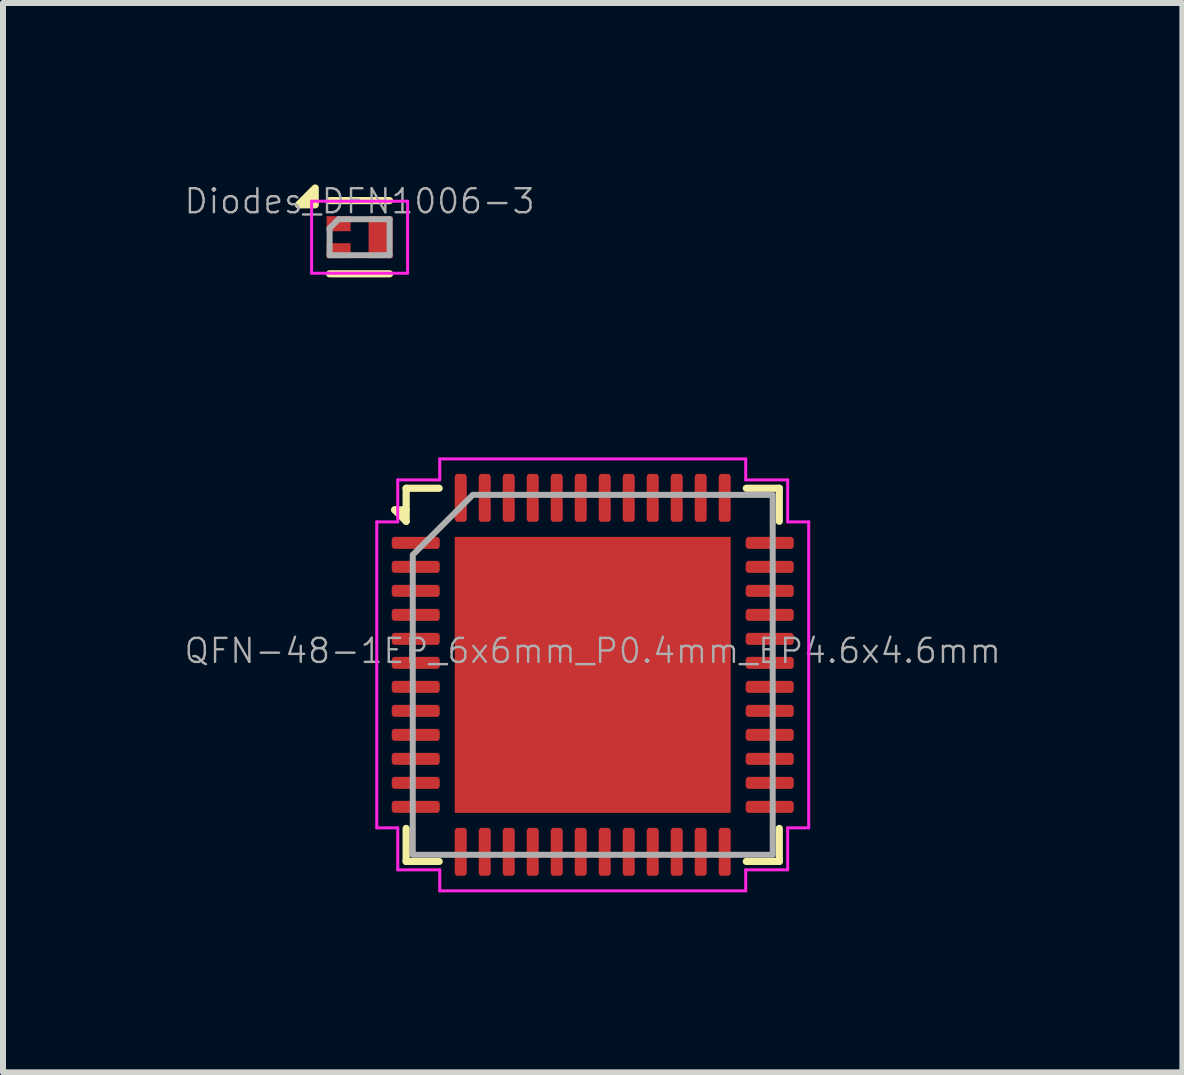
<source format=kicad_pcb>
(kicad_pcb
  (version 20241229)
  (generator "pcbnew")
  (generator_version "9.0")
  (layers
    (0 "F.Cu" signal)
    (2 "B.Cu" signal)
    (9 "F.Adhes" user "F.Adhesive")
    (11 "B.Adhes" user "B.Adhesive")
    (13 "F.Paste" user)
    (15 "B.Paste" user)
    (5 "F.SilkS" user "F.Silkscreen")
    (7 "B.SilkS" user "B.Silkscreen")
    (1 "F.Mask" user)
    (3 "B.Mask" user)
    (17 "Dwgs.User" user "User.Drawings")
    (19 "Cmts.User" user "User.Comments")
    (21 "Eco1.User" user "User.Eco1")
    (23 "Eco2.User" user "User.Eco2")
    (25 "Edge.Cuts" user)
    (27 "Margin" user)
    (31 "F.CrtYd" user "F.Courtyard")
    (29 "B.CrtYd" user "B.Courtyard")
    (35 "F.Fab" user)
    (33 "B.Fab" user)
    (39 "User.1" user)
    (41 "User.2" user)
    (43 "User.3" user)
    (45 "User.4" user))
  (footprint "Diodes_DFN1006-3"
    (layer "F.Cu")
    (at 2.944 0.904)
    (property "Reference" "Diodes_DFN1006-3" (at 0 -0.6 0) (layer "F.Fab") (effects (font (size 0.4 0.4) (thickness 0.04))))
    (attr smd)
    (fp_line (start -0.5 -0.61) (end 0.5 -0.61) (stroke (width 0.12) (type default)) (layer "F.SilkS"))
    (fp_line (start -0.5 0.61) (end 0.5 0.61) (stroke (width 0.12) (type default)) (layer "F.SilkS"))
    (fp_poly (pts (xy -0.74 -0.54) (xy -1.02 -0.54) (xy -0.74 -0.82) (xy -0.74 -0.54)) (stroke (width 0.12) (type solid)) (fill yes) (layer "F.SilkS"))
    (fp_line (start -0.8 -0.6) (end 0.8 -0.6) (stroke (width 0.05) (type solid)) (layer "F.CrtYd"))
    (fp_line (start -0.8 0.6) (end -0.8 -0.6) (stroke (width 0.05) (type solid)) (layer "F.CrtYd"))
    (fp_line (start 0.8 -0.6) (end 0.8 0.6) (stroke (width 0.05) (type solid)) (layer "F.CrtYd"))
    (fp_line (start 0.8 0.6) (end -0.8 0.6) (stroke (width 0.05) (type solid)) (layer "F.CrtYd"))
    (fp_line (start -0.5 0.3) (end -0.5 -0.15) (stroke (width 0.1) (type solid)) (layer "F.Fab"))
    (fp_line (start -0.35 -0.3) (end -0.5 -0.15) (stroke (width 0.1) (type solid)) (layer "F.Fab"))
    (fp_line (start -0.35 -0.3) (end 0.5 -0.3) (stroke (width 0.1) (type solid)) (layer "F.Fab"))
    (fp_line (start 0.5 -0.3) (end 0.5 0.3) (stroke (width 0.1) (type solid)) (layer "F.Fab"))
    (fp_line (start 0.5 0.3) (end -0.5 0.3) (stroke (width 0.1) (type solid)) (layer "F.Fab"))
    (pad "1" smd rect (at -0.35 -0.225 270) (size 0.25 0.4) (layers "F.Cu" "F.Mask" "F.Paste"))
    (pad "2" smd rect (at -0.35 0.225 270) (size 0.25 0.4) (layers "F.Cu" "F.Mask" "F.Paste"))
    (pad "3" smd rect (at 0.35 0 270) (size 0.7 0.4) (layers "F.Cu" "F.Mask" "F.Paste")))
  (footprint "QFN-48-1EP_6x6mm_P0.4mm_EP4.6x4.6mm"
    (layer "F.Cu")
    (at 6.83 8.199)
    (property "Reference" "QFN-48-1EP_6x6mm_P0.4mm_EP4.6x4.6mm" (at 0 -0.4 0) (layer "F.Fab") (effects (font (size 0.4 0.4) (thickness 0.04))))
    (attr smd)
    (fp_line (start -3.11 -3.11) (end -2.56 -3.11) (stroke (width 0.12) (type solid)) (layer "F.SilkS"))
    (fp_line (start -3.11 -2.75) (end -3.3 -2.75) (stroke (width 0.12) (type solid)) (layer "F.SilkS"))
    (fp_line (start -3.11 -2.56) (end -3.3 -2.75) (stroke (width 0.12) (type solid)) (layer "F.SilkS"))
    (fp_line (start -3.11 -2.56) (end -3.11 -3.11) (stroke (width 0.12) (type solid)) (layer "F.SilkS"))
    (fp_line (start -3.11 3.11) (end -3.11 2.56) (stroke (width 0.12) (type solid)) (layer "F.SilkS"))
    (fp_line (start -2.56 3.11) (end -3.11 3.11) (stroke (width 0.12) (type solid)) (layer "F.SilkS"))
    (fp_line (start 2.56 -3.11) (end 3.11 -3.11) (stroke (width 0.12) (type solid)) (layer "F.SilkS"))
    (fp_line (start 3.11 -3.11) (end 3.11 -2.56) (stroke (width 0.12) (type solid)) (layer "F.SilkS"))
    (fp_line (start 3.11 2.56) (end 3.11 3.11) (stroke (width 0.12) (type solid)) (layer "F.SilkS"))
    (fp_line (start 3.11 3.11) (end 2.56 3.11) (stroke (width 0.12) (type solid)) (layer "F.SilkS"))
    (fp_line (start -3.6 -2.55) (end -3.25 -2.55) (stroke (width 0.05) (type solid)) (layer "F.CrtYd"))
    (fp_line (start -3.6 2.55) (end -3.6 -2.55) (stroke (width 0.05) (type solid)) (layer "F.CrtYd"))
    (fp_line (start -3.25 -3.25) (end -2.55 -3.25) (stroke (width 0.05) (type solid)) (layer "F.CrtYd"))
    (fp_line (start -3.25 -2.55) (end -3.25 -3.25) (stroke (width 0.05) (type solid)) (layer "F.CrtYd"))
    (fp_line (start -3.25 2.55) (end -3.6 2.55) (stroke (width 0.05) (type solid)) (layer "F.CrtYd"))
    (fp_line (start -3.25 3.25) (end -3.25 2.55) (stroke (width 0.05) (type solid)) (layer "F.CrtYd"))
    (fp_line (start -2.55 -3.6) (end 2.55 -3.6) (stroke (width 0.05) (type solid)) (layer "F.CrtYd"))
    (fp_line (start -2.55 -3.25) (end -2.55 -3.6) (stroke (width 0.05) (type solid)) (layer "F.CrtYd"))
    (fp_line (start -2.55 3.25) (end -3.25 3.25) (stroke (width 0.05) (type solid)) (layer "F.CrtYd"))
    (fp_line (start -2.55 3.6) (end -2.55 3.25) (stroke (width 0.05) (type solid)) (layer "F.CrtYd"))
    (fp_line (start 2.55 -3.6) (end 2.55 -3.25) (stroke (width 0.05) (type solid)) (layer "F.CrtYd"))
    (fp_line (start 2.55 -3.25) (end 3.25 -3.25) (stroke (width 0.05) (type solid)) (layer "F.CrtYd"))
    (fp_line (start 2.55 3.25) (end 2.55 3.6) (stroke (width 0.05) (type solid)) (layer "F.CrtYd"))
    (fp_line (start 2.55 3.6) (end -2.55 3.6) (stroke (width 0.05) (type solid)) (layer "F.CrtYd"))
    (fp_line (start 3.25 -3.25) (end 3.25 -2.55) (stroke (width 0.05) (type solid)) (layer "F.CrtYd"))
    (fp_line (start 3.25 -2.55) (end 3.6 -2.55) (stroke (width 0.05) (type solid)) (layer "F.CrtYd"))
    (fp_line (start 3.25 2.55) (end 3.25 3.25) (stroke (width 0.05) (type solid)) (layer "F.CrtYd"))
    (fp_line (start 3.25 3.25) (end 2.55 3.25) (stroke (width 0.05) (type solid)) (layer "F.CrtYd"))
    (fp_line (start 3.6 -2.55) (end 3.6 2.55) (stroke (width 0.05) (type solid)) (layer "F.CrtYd"))
    (fp_line (start 3.6 2.55) (end 3.25 2.55) (stroke (width 0.05) (type solid)) (layer "F.CrtYd"))
    (fp_poly (pts (xy -3 -2) (xy -3 3) (xy 3 3) (xy 3 -3) (xy -2 -3)) (stroke (width 0.1) (type solid)) (fill no) (layer "F.Fab"))
    (pad "" smd roundrect (at -1.53 -1.53) (size 1.24 1.24) (layers "F.Paste") (roundrect_rratio 0.202))
    (pad "" smd roundrect (at -1.53 1.53) (size 1.24 1.24) (layers "F.Paste") (roundrect_rratio 0.202))
    (pad "" smd roundrect (at -1.53 0) (size 1.24 1.24) (layers "F.Paste") (roundrect_rratio 0.202))
    (pad "" smd roundrect (at 0 -1.53) (size 1.24 1.24) (layers "F.Paste") (roundrect_rratio 0.202))
    (pad "" smd roundrect (at 0 0) (size 1.24 1.24) (layers "F.Paste") (roundrect_rratio 0.202))
    (pad "" smd roundrect (at 0 1.53) (size 1.24 1.24) (layers "F.Paste") (roundrect_rratio 0.202))
    (pad "" smd roundrect (at 1.53 0) (size 1.24 1.24) (layers "F.Paste") (roundrect_rratio 0.202))
    (pad "" smd roundrect (at 1.53 -1.53) (size 1.24 1.24) (layers "F.Paste") (roundrect_rratio 0.202))
    (pad "" smd roundrect (at 1.53 1.53) (size 1.24 1.24) (layers "F.Paste") (roundrect_rratio 0.202))
    (pad "1" smd roundrect (at -2.95 -2.2) (size 0.8 0.2) (layers "F.Cu" "F.Mask" "F.Paste") (roundrect_rratio 0.25))
    (pad "2" smd roundrect (at -2.95 -1.8) (size 0.8 0.2) (layers "F.Cu" "F.Mask" "F.Paste") (roundrect_rratio 0.25))
    (pad "3" smd roundrect (at -2.95 -1.4) (size 0.8 0.2) (layers "F.Cu" "F.Mask" "F.Paste") (roundrect_rratio 0.25))
    (pad "4" smd roundrect (at -2.95 -1) (size 0.8 0.2) (layers "F.Cu" "F.Mask" "F.Paste") (roundrect_rratio 0.25))
    (pad "5" smd roundrect (at -2.95 -0.6) (size 0.8 0.2) (layers "F.Cu" "F.Mask" "F.Paste") (roundrect_rratio 0.25))
    (pad "6" smd roundrect (at -2.95 -0.2) (size 0.8 0.2) (layers "F.Cu" "F.Mask" "F.Paste") (roundrect_rratio 0.25))
    (pad "7" smd roundrect (at -2.95 0.2) (size 0.8 0.2) (layers "F.Cu" "F.Mask" "F.Paste") (roundrect_rratio 0.25))
    (pad "8" smd roundrect (at -2.95 0.6) (size 0.8 0.2) (layers "F.Cu" "F.Mask" "F.Paste") (roundrect_rratio 0.25))
    (pad "9" smd roundrect (at -2.95 1) (size 0.8 0.2) (layers "F.Cu" "F.Mask" "F.Paste") (roundrect_rratio 0.25))
    (pad "10" smd roundrect (at -2.95 1.4) (size 0.8 0.2) (layers "F.Cu" "F.Mask" "F.Paste") (roundrect_rratio 0.25))
    (pad "11" smd roundrect (at -2.95 1.8) (size 0.8 0.2) (layers "F.Cu" "F.Mask" "F.Paste") (roundrect_rratio 0.25))
    (pad "12" smd roundrect (at -2.95 2.2) (size 0.8 0.2) (layers "F.Cu" "F.Mask" "F.Paste") (roundrect_rratio 0.25))
    (pad "13" smd roundrect (at -2.2 2.95) (size 0.2 0.8) (layers "F.Cu" "F.Mask" "F.Paste") (roundrect_rratio 0.25))
    (pad "14" smd roundrect (at -1.8 2.95) (size 0.2 0.8) (layers "F.Cu" "F.Mask" "F.Paste") (roundrect_rratio 0.25))
    (pad "15" smd roundrect (at -1.4 2.95) (size 0.2 0.8) (layers "F.Cu" "F.Mask" "F.Paste") (roundrect_rratio 0.25))
    (pad "16" smd roundrect (at -1 2.95) (size 0.2 0.8) (layers "F.Cu" "F.Mask" "F.Paste") (roundrect_rratio 0.25))
    (pad "17" smd roundrect (at -0.6 2.95) (size 0.2 0.8) (layers "F.Cu" "F.Mask" "F.Paste") (roundrect_rratio 0.25))
    (pad "18" smd roundrect (at -0.2 2.95) (size 0.2 0.8) (layers "F.Cu" "F.Mask" "F.Paste") (roundrect_rratio 0.25))
    (pad "19" smd roundrect (at 0.2 2.95) (size 0.2 0.8) (layers "F.Cu" "F.Mask" "F.Paste") (roundrect_rratio 0.25))
    (pad "20" smd roundrect (at 0.6 2.95) (size 0.2 0.8) (layers "F.Cu" "F.Mask" "F.Paste") (roundrect_rratio 0.25))
    (pad "21" smd roundrect (at 1 2.95) (size 0.2 0.8) (layers "F.Cu" "F.Mask" "F.Paste") (roundrect_rratio 0.25))
    (pad "22" smd roundrect (at 1.4 2.95) (size 0.2 0.8) (layers "F.Cu" "F.Mask" "F.Paste") (roundrect_rratio 0.25))
    (pad "23" smd roundrect (at 1.8 2.95) (size 0.2 0.8) (layers "F.Cu" "F.Mask" "F.Paste") (roundrect_rratio 0.25))
    (pad "24" smd roundrect (at 2.2 2.95) (size 0.2 0.8) (layers "F.Cu" "F.Mask" "F.Paste") (roundrect_rratio 0.25))
    (pad "25" smd roundrect (at 2.95 2.2) (size 0.8 0.2) (layers "F.Cu" "F.Mask" "F.Paste") (roundrect_rratio 0.25))
    (pad "26" smd roundrect (at 2.95 1.8) (size 0.8 0.2) (layers "F.Cu" "F.Mask" "F.Paste") (roundrect_rratio 0.25))
    (pad "27" smd roundrect (at 2.95 1.4) (size 0.8 0.2) (layers "F.Cu" "F.Mask" "F.Paste") (roundrect_rratio 0.25))
    (pad "28" smd roundrect (at 2.95 1) (size 0.8 0.2) (layers "F.Cu" "F.Mask" "F.Paste") (roundrect_rratio 0.25))
    (pad "29" smd roundrect (at 2.95 0.6) (size 0.8 0.2) (layers "F.Cu" "F.Mask" "F.Paste") (roundrect_rratio 0.25))
    (pad "30" smd roundrect (at 2.95 0.2) (size 0.8 0.2) (layers "F.Cu" "F.Mask" "F.Paste") (roundrect_rratio 0.25))
    (pad "31" smd roundrect (at 2.95 -0.2) (size 0.8 0.2) (layers "F.Cu" "F.Mask" "F.Paste") (roundrect_rratio 0.25))
    (pad "32" smd roundrect (at 2.95 -0.6) (size 0.8 0.2) (layers "F.Cu" "F.Mask" "F.Paste") (roundrect_rratio 0.25))
    (pad "33" smd roundrect (at 2.95 -1) (size 0.8 0.2) (layers "F.Cu" "F.Mask" "F.Paste") (roundrect_rratio 0.25))
    (pad "34" smd roundrect (at 2.95 -1.4) (size 0.8 0.2) (layers "F.Cu" "F.Mask" "F.Paste") (roundrect_rratio 0.25))
    (pad "35" smd roundrect (at 2.95 -1.8) (size 0.8 0.2) (layers "F.Cu" "F.Mask" "F.Paste") (roundrect_rratio 0.25))
    (pad "36" smd roundrect (at 2.95 -2.2) (size 0.8 0.2) (layers "F.Cu" "F.Mask" "F.Paste") (roundrect_rratio 0.25))
    (pad "37" smd roundrect (at 2.2 -2.95) (size 0.2 0.8) (layers "F.Cu" "F.Mask" "F.Paste") (roundrect_rratio 0.25))
    (pad "38" smd roundrect (at 1.8 -2.95) (size 0.2 0.8) (layers "F.Cu" "F.Mask" "F.Paste") (roundrect_rratio 0.25))
    (pad "39" smd roundrect (at 1.4 -2.95) (size 0.2 0.8) (layers "F.Cu" "F.Mask" "F.Paste") (roundrect_rratio 0.25))
    (pad "40" smd roundrect (at 1 -2.95) (size 0.2 0.8) (layers "F.Cu" "F.Mask" "F.Paste") (roundrect_rratio 0.25))
    (pad "41" smd roundrect (at 0.6 -2.95) (size 0.2 0.8) (layers "F.Cu" "F.Mask" "F.Paste") (roundrect_rratio 0.25))
    (pad "42" smd roundrect (at 0.2 -2.95) (size 0.2 0.8) (layers "F.Cu" "F.Mask" "F.Paste") (roundrect_rratio 0.25))
    (pad "43" smd roundrect (at -0.2 -2.95) (size 0.2 0.8) (layers "F.Cu" "F.Mask" "F.Paste") (roundrect_rratio 0.25))
    (pad "44" smd roundrect (at -0.6 -2.95) (size 0.2 0.8) (layers "F.Cu" "F.Mask" "F.Paste") (roundrect_rratio 0.25))
    (pad "45" smd roundrect (at -1 -2.95) (size 0.2 0.8) (layers "F.Cu" "F.Mask" "F.Paste") (roundrect_rratio 0.25))
    (pad "46" smd roundrect (at -1.4 -2.95) (size 0.2 0.8) (layers "F.Cu" "F.Mask" "F.Paste") (roundrect_rratio 0.25))
    (pad "47" smd roundrect (at -1.8 -2.95) (size 0.2 0.8) (layers "F.Cu" "F.Mask" "F.Paste") (roundrect_rratio 0.25))
    (pad "48" smd roundrect (at -2.2 -2.95) (size 0.2 0.8) (layers "F.Cu" "F.Mask" "F.Paste") (roundrect_rratio 0.25))
    (pad "49" smd rect (at 0 0) (size 4.6 4.6) (property pad_prop_heatsink) (layers "F.Cu" "F.Mask")))
  (gr_rect
    (start -3 -3)
    (end 16.659 14.824)
    (stroke (width 0.1) (type default))
    (fill no)
    (layer "Edge.Cuts")))
</source>
